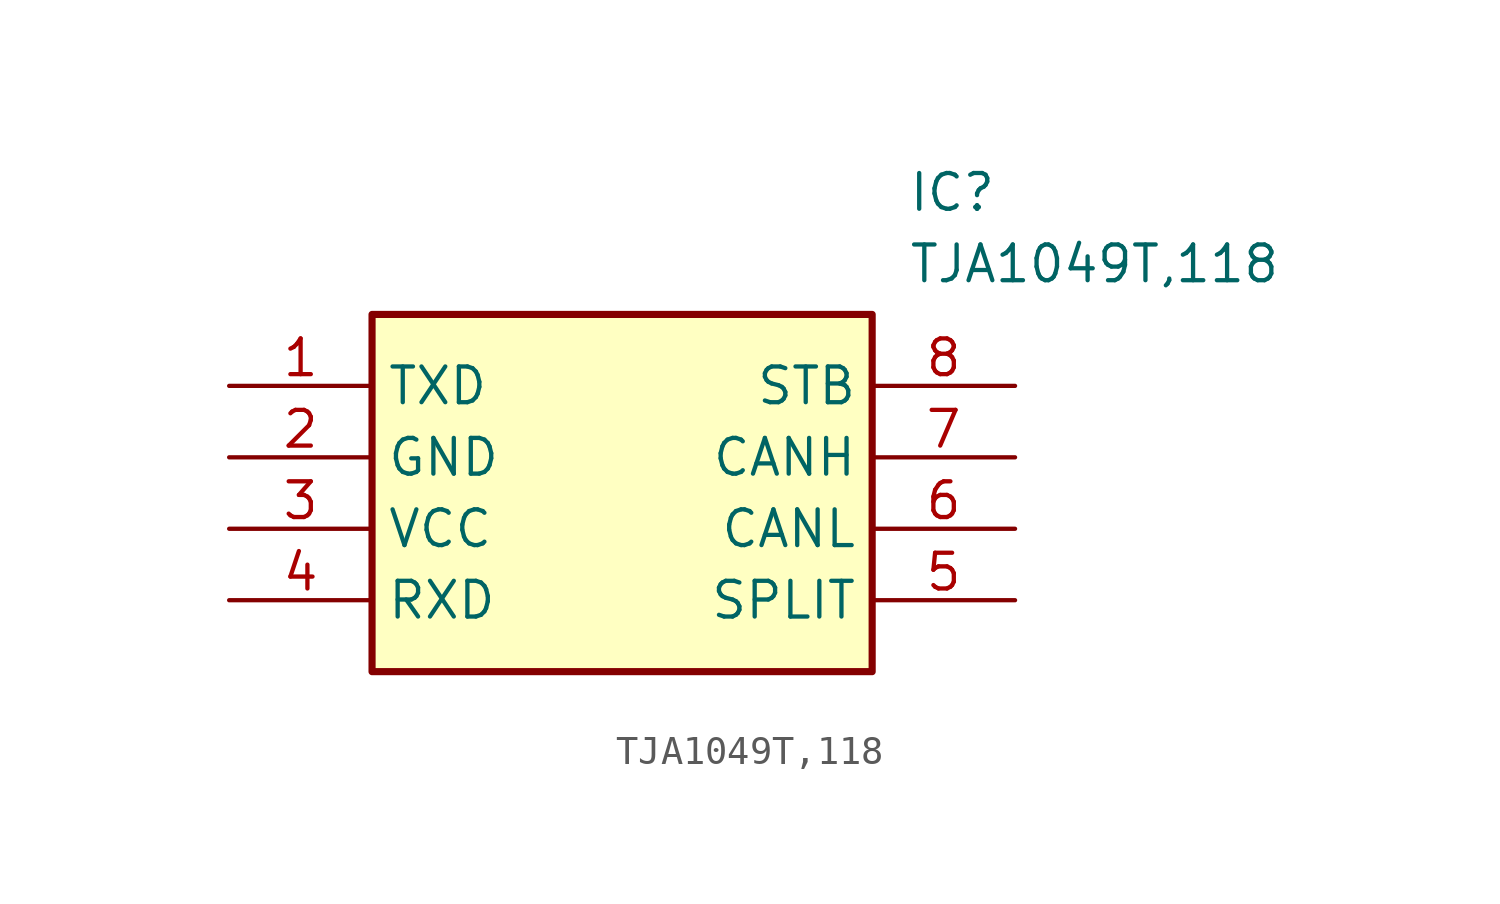
<source format=kicad_sym>
(kicad_symbol_lib
  (version 20220914)
  (generator kicad_symbol_editor)
  (symbol "TJA1049T,118"
    (property "Reference" "IC"
      (at 24.13 7.62 0)
      (effects (font (size 1.27 1.27)) (justify left top)))
    (property "Value" "TJA1049T,118"
      (at 24.13 5.08 0)
      (effects (font (size 1.27 1.27)) (justify left top)))
    (symbol "TJA1049T,118_1_1"
      (rectangle (start 5.08 2.54) (end 22.86 -10.16) (stroke (width 0.254) (type default)) (fill (type background)))
      (pin passive line (at 0 0 0) (length 5.08) (name "TXD" (effects (font (size 1.27 1.27)))) (number "1" (effects (font (size 1.27 1.27)))))
      (pin passive line (at 0 -2.54 0) (length 5.08) (name "GND" (effects (font (size 1.27 1.27)))) (number "2" (effects (font (size 1.27 1.27)))))
      (pin passive line (at 0 -5.08 0) (length 5.08) (name "VCC" (effects (font (size 1.27 1.27)))) (number "3" (effects (font (size 1.27 1.27)))))
      (pin passive line (at 0 -7.62 0) (length 5.08) (name "RXD" (effects (font (size 1.27 1.27)))) (number "4" (effects (font (size 1.27 1.27)))))
      (pin passive line (at 27.94 -7.62 180) (length 5.08) (name "SPLIT" (effects (font (size 1.27 1.27)))) (number "5" (effects (font (size 1.27 1.27)))))
      (pin passive line (at 27.94 -5.08 180) (length 5.08) (name "CANL" (effects (font (size 1.27 1.27)))) (number "6" (effects (font (size 1.27 1.27)))))
      (pin passive line (at 27.94 -2.54 180) (length 5.08) (name "CANH" (effects (font (size 1.27 1.27)))) (number "7" (effects (font (size 1.27 1.27)))))
      (pin passive line (at 27.94 0 180) (length 5.08) (name "STB" (effects (font (size 1.27 1.27)))) (number "8" (effects (font (size 1.27 1.27))))))))
</source>
